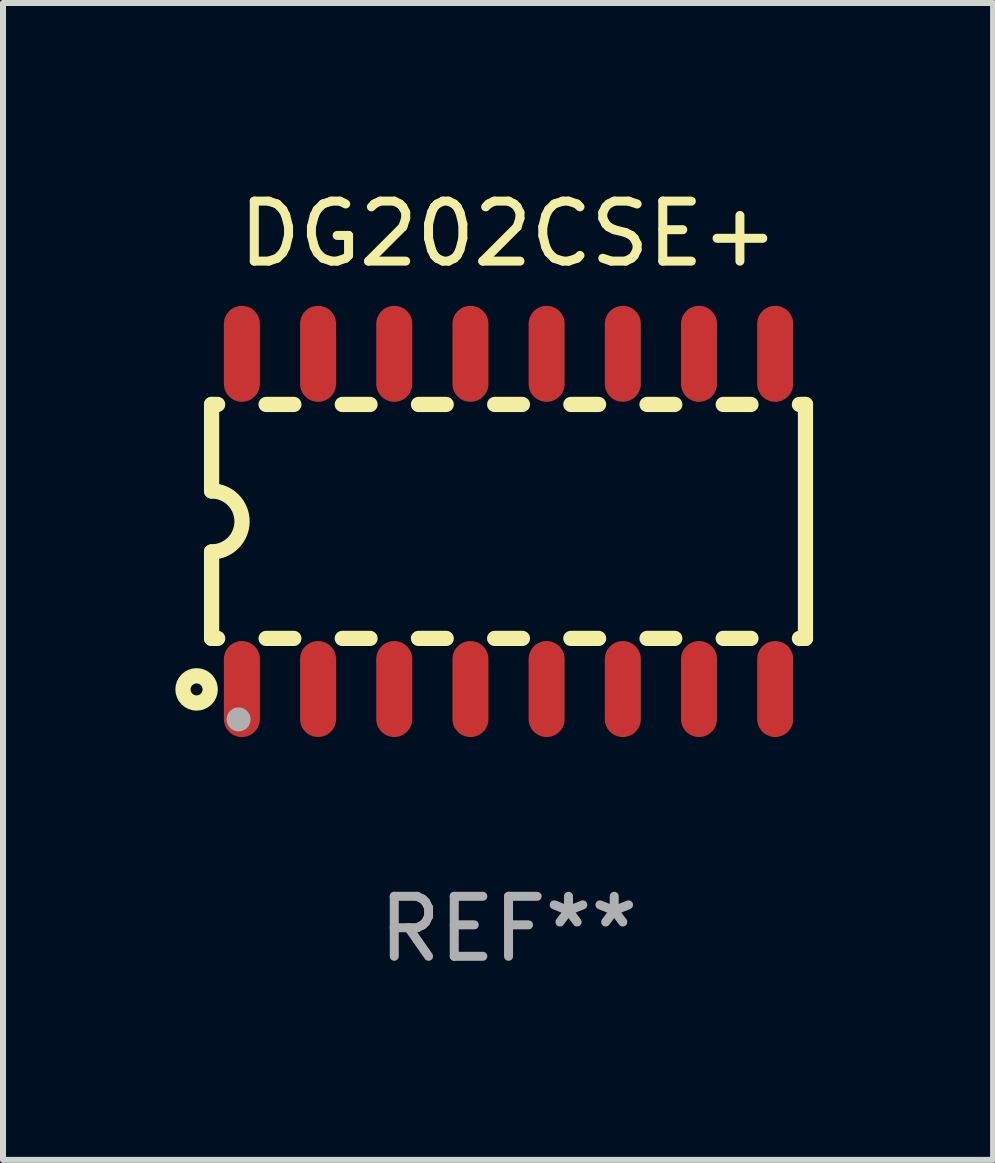
<source format=kicad_pcb>
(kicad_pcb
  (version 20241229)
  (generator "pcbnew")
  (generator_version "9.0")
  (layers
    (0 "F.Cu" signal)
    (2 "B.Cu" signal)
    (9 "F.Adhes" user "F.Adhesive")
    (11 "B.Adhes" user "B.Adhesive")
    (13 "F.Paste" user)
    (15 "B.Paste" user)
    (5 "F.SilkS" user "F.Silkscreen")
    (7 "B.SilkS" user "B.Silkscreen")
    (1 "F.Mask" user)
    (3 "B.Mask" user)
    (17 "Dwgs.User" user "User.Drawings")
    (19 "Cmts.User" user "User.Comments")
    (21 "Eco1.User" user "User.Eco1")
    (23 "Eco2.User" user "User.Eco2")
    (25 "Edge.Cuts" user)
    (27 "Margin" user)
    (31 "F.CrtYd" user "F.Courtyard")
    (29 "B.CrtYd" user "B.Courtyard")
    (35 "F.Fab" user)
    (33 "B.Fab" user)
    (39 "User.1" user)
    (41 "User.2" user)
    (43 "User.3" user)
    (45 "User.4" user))
  (footprint "DG202CSE+"
    (layer "F.Cu")
    (at 5.427 5.642)
    (property "Reference" "DG202CSE+" (at 0 -4.794 0) (layer "F.SilkS") (effects (font (size 1 1) (thickness 0.15))))
    (attr through_hole)
    (fp_line (start -4.95 -1.95) (end -4.95 -0.508) (stroke (width 0.254) (type solid)) (layer "F.SilkS"))
    (fp_line (start -4.95 -1.95) (end -4.849 -1.95) (stroke (width 0.254) (type solid)) (layer "F.SilkS"))
    (fp_line (start -4.95 1.95) (end -4.95 0.508) (stroke (width 0.254) (type solid)) (layer "F.SilkS"))
    (fp_line (start -4.95 1.95) (end -4.849 1.95) (stroke (width 0.254) (type solid)) (layer "F.SilkS"))
    (fp_line (start -4.041 -1.95) (end -3.579 -1.95) (stroke (width 0.254) (type solid)) (layer "F.SilkS"))
    (fp_line (start -4.041 1.95) (end -3.579 1.95) (stroke (width 0.254) (type solid)) (layer "F.SilkS"))
    (fp_line (start -2.771 -1.95) (end -2.309 -1.95) (stroke (width 0.254) (type solid)) (layer "F.SilkS"))
    (fp_line (start -2.771 1.95) (end -2.309 1.95) (stroke (width 0.254) (type solid)) (layer "F.SilkS"))
    (fp_line (start -1.501 -1.95) (end -1.039 -1.95) (stroke (width 0.254) (type solid)) (layer "F.SilkS"))
    (fp_line (start -1.501 1.95) (end -1.039 1.95) (stroke (width 0.254) (type solid)) (layer "F.SilkS"))
    (fp_line (start -0.231 -1.95) (end 0.231 -1.95) (stroke (width 0.254) (type solid)) (layer "F.SilkS"))
    (fp_line (start -0.231 1.95) (end 0.231 1.95) (stroke (width 0.254) (type solid)) (layer "F.SilkS"))
    (fp_line (start 1.039 -1.95) (end 1.501 -1.95) (stroke (width 0.254) (type solid)) (layer "F.SilkS"))
    (fp_line (start 1.039 1.95) (end 1.501 1.95) (stroke (width 0.254) (type solid)) (layer "F.SilkS"))
    (fp_line (start 2.309 -1.95) (end 2.771 -1.95) (stroke (width 0.254) (type solid)) (layer "F.SilkS"))
    (fp_line (start 2.309 1.95) (end 2.771 1.95) (stroke (width 0.254) (type solid)) (layer "F.SilkS"))
    (fp_line (start 3.579 -1.95) (end 4.041 -1.95) (stroke (width 0.254) (type solid)) (layer "F.SilkS"))
    (fp_line (start 3.579 1.95) (end 4.041 1.95) (stroke (width 0.254) (type solid)) (layer "F.SilkS"))
    (fp_line (start 4.849 -1.95) (end 4.95 -1.95) (stroke (width 0.254) (type solid)) (layer "F.SilkS"))
    (fp_line (start 4.849 1.95) (end 4.95 1.95) (stroke (width 0.254) (type solid)) (layer "F.SilkS"))
    (fp_line (start 4.95 -1.95) (end 4.95 1.95) (stroke (width 0.254) (type solid)) (layer "F.SilkS"))
    (fp_arc (start -4.95047 -0.508001) (mid -4.442469 -0.000228) (end -4.950013 0.508001) (stroke (width 0.254001) (type solid)) (layer "F.SilkS"))
    (fp_circle (center -5.2 2.8) (end -5.1 2.8) (stroke (width 0.254) (type solid)) (fill no) (layer "F.SilkS"))
    (fp_circle (center -4.95 2.947) (end -4.92 2.947) (stroke (width 0.06) (type solid)) (fill no) (layer "F.SilkS"))
    (fp_circle (center -4.5 3.3) (end -4.4 3.3) (stroke (width 0.2) (type solid)) (fill no) (layer "F.Fab"))
    (fp_text user "REF**" (at 0 6.794 0) (layer "F.Fab") (effects (font (size 1 1) (thickness 0.15))))
    (pad "1" smd oval (at -4.445 2.794) (size 0.6 1.6) (layers "F.Cu" "F.Mask" "F.Paste"))
    (pad "2" smd oval (at -3.175 2.794) (size 0.6 1.6) (layers "F.Cu" "F.Mask" "F.Paste"))
    (pad "3" smd oval (at -1.905 2.794) (size 0.6 1.6) (layers "F.Cu" "F.Mask" "F.Paste"))
    (pad "4" smd oval (at -0.635 2.794) (size 0.6 1.6) (layers "F.Cu" "F.Mask" "F.Paste"))
    (pad "5" smd oval (at 0.635 2.794) (size 0.6 1.6) (layers "F.Cu" "F.Mask" "F.Paste"))
    (pad "6" smd oval (at 1.905 2.794) (size 0.6 1.6) (layers "F.Cu" "F.Mask" "F.Paste"))
    (pad "7" smd oval (at 3.175 2.794) (size 0.6 1.6) (layers "F.Cu" "F.Mask" "F.Paste"))
    (pad "8" smd oval (at 4.445 2.794) (size 0.6 1.6) (layers "F.Cu" "F.Mask" "F.Paste"))
    (pad "9" smd oval (at 4.445 -2.794) (size 0.6 1.6) (layers "F.Cu" "F.Mask" "F.Paste"))
    (pad "10" smd oval (at 3.175 -2.794) (size 0.6 1.6) (layers "F.Cu" "F.Mask" "F.Paste"))
    (pad "11" smd oval (at 1.905 -2.794) (size 0.6 1.6) (layers "F.Cu" "F.Mask" "F.Paste"))
    (pad "12" smd oval (at 0.635 -2.794) (size 0.6 1.6) (layers "F.Cu" "F.Mask" "F.Paste"))
    (pad "13" smd oval (at -0.635 -2.794) (size 0.6 1.6) (layers "F.Cu" "F.Mask" "F.Paste"))
    (pad "14" smd oval (at -1.905 -2.794) (size 0.6 1.6) (layers "F.Cu" "F.Mask" "F.Paste"))
    (pad "15" smd oval (at -3.175 -2.794) (size 0.6 1.6) (layers "F.Cu" "F.Mask" "F.Paste"))
    (pad "16" smd oval (at -4.445 -2.794) (size 0.6 1.6) (layers "F.Cu" "F.Mask" "F.Paste")))
  (gr_rect
    (start -3 -3)
    (end 13.504 16.285)
    (stroke (width 0.1) (type default))
    (fill no)
    (layer "Edge.Cuts")))
</source>
